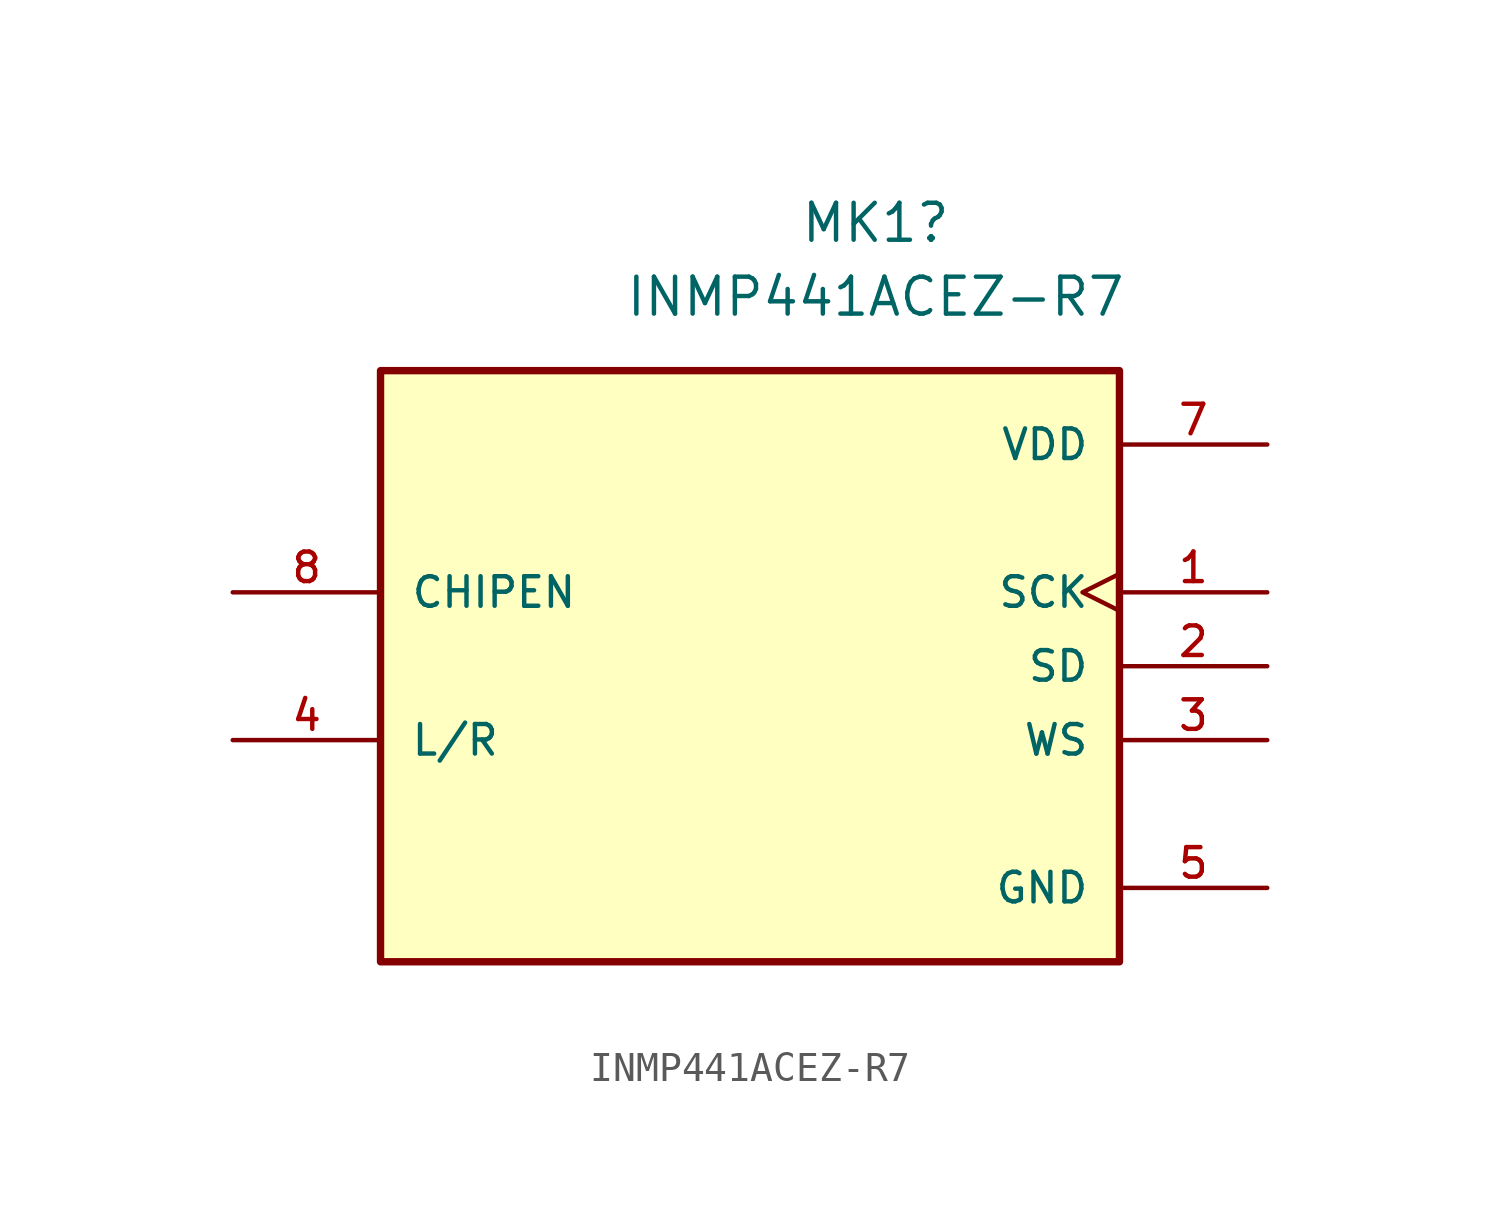
<source format=kicad_sym>
(kicad_symbol_lib
  (version 20241209)
  (generator "kicad_symbol_editor")
  (generator_version "9.0")
  (symbol "INMP441ACEZ-R7"
    (pin_names
      (offset 1.016))
    (property "Reference" "MK1"
      (at 4.318 15.24 0)
      (effects (font (size 1.27 1.27))))
    (property "Value" "INMP441ACEZ-R7"
      (at 4.318 12.7 0)
      (effects (font (size 1.27 1.27))))
    (symbol "INMP441ACEZ-R7_0_0"
      (rectangle (start -12.7 -10.16) (end 12.7 10.16) (stroke (width 0.254) (type default)) (fill (type background)))
      (pin input line (at -17.78 2.54 0) (length 5.08) (name "CHIPEN" (effects (font (size 1.016 1.016)))) (number "8" (effects (font (size 1.016 1.016)))))
      (pin input line (at -17.78 -2.54 0) (length 5.08) (name "L/R" (effects (font (size 1.016 1.016)))) (number "4" (effects (font (size 1.016 1.016)))))
      (pin power_in line (at 17.78 7.62 180) (length 5.08) (name "VDD" (effects (font (size 1.016 1.016)))) (number "7" (effects (font (size 1.016 1.016)))))
      (pin input clock (at 17.78 2.54 180) (length 5.08) (name "SCK" (effects (font (size 1.016 1.016)))) (number "1" (effects (font (size 1.016 1.016)))))
      (pin output line (at 17.78 0 180) (length 5.08) (name "SD" (effects (font (size 1.016 1.016)))) (number "2" (effects (font (size 1.016 1.016)))))
      (pin input line (at 17.78 -2.54 180) (length 5.08) (name "WS" (effects (font (size 1.016 1.016)))) (number "3" (effects (font (size 1.016 1.016)))))
      (pin power_in line (at 17.78 -7.62 180) (length 5.08) (name "GND" (effects (font (size 1.016 1.016)))) (number "5" (effects (font (size 1.016 1.016)))))
      (pin power_in line (at 17.78 -7.62 180) (length 5.08) (hide yes) (name "GND" (effects (font (size 1.016 1.016)))) (number "6" (effects (font (size 1.016 1.016)))))
      (pin power_in line (at 17.78 -7.62 180) (length 5.08) (hide yes) (name "GND" (effects (font (size 1.016 1.016)))) (number "9" (effects (font (size 1.016 1.016))))))))
</source>
